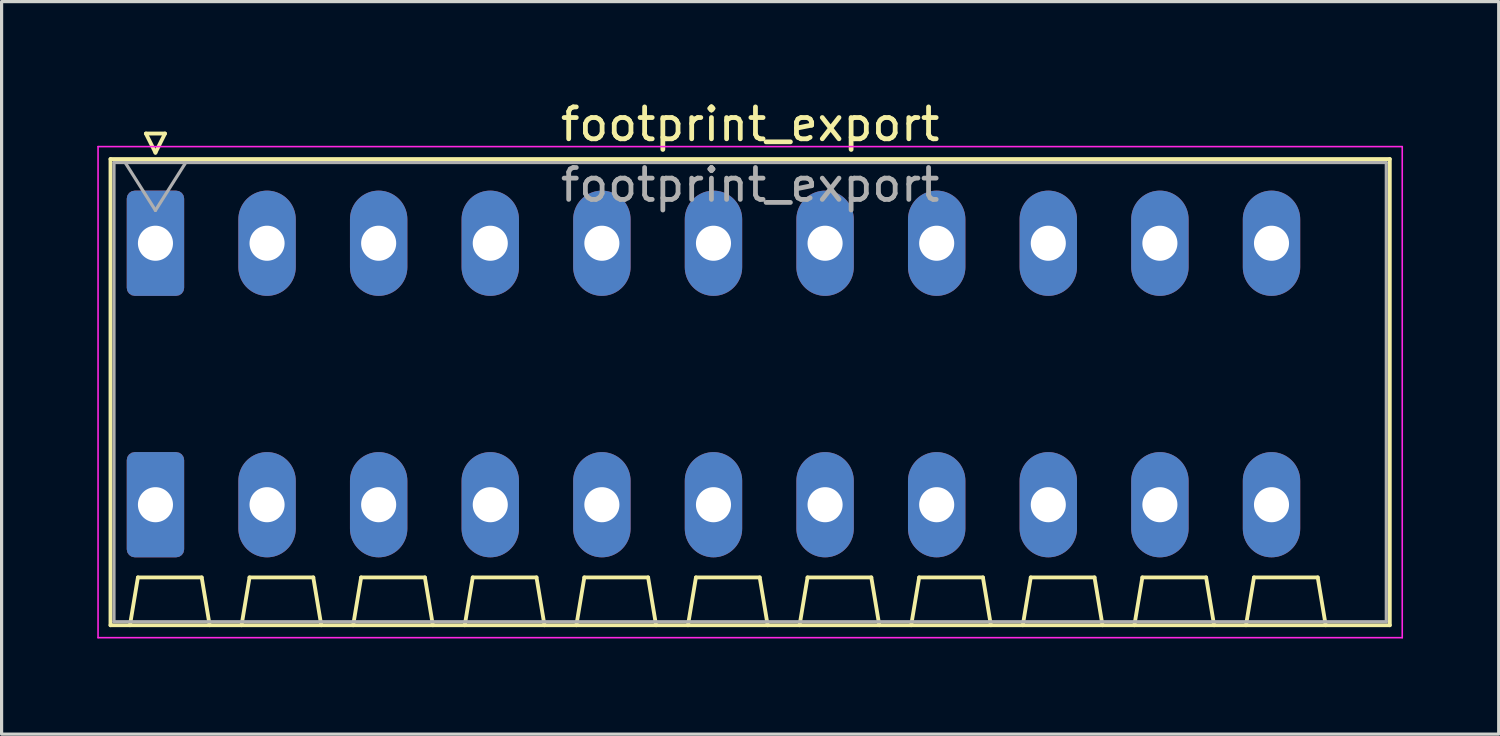
<source format=kicad_pcb>
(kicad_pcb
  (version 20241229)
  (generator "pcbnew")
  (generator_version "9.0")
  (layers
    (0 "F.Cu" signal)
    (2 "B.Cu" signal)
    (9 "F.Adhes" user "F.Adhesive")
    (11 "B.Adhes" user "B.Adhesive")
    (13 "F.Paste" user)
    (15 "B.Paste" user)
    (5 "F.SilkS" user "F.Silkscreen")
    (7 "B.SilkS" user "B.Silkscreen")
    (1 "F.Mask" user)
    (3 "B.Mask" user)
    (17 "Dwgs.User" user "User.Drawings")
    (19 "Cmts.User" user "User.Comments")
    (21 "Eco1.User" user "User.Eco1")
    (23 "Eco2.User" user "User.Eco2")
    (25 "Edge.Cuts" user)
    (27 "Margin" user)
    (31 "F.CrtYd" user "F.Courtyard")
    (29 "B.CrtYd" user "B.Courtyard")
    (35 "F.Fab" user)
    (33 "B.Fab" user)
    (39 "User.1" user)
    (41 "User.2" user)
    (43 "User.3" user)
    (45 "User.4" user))
  (footprint "footprint_export"
    (layer "F.Cu")
    (at 1.825 4.578)
    (property "Reference" "footprint_export" (at 18.65 -3.73 0) (layer "F.SilkS") (effects (font (size 1 1) (thickness 0.15))))
    (attr through_hole)
    (fp_line (start -1.41 -2.64) (end 38.71 -2.64) (stroke (width 0.12) (type solid)) (layer "F.SilkS"))
    (fp_line (start -1.41 11.98) (end -1.41 -2.64) (stroke (width 0.12) (type solid)) (layer "F.SilkS"))
    (fp_line (start -0.8 11.98) (end -0.55 10.48) (stroke (width 0.12) (type solid)) (layer "F.SilkS"))
    (fp_line (start -0.55 10.48) (end 1.45 10.48) (stroke (width 0.12) (type solid)) (layer "F.SilkS"))
    (fp_line (start -0.3 -3.44) (end 0 -2.84) (stroke (width 0.12) (type solid)) (layer "F.SilkS"))
    (fp_line (start -0.3 -3.44) (end 0.3 -3.44) (stroke (width 0.12) (type solid)) (layer "F.SilkS"))
    (fp_line (start 0.3 -3.44) (end 0 -2.84) (stroke (width 0.12) (type solid)) (layer "F.SilkS"))
    (fp_line (start 1.7 11.98) (end 1.45 10.48) (stroke (width 0.12) (type solid)) (layer "F.SilkS"))
    (fp_line (start 2.7 11.98) (end 2.95 10.48) (stroke (width 0.12) (type solid)) (layer "F.SilkS"))
    (fp_line (start 2.95 10.48) (end 4.95 10.48) (stroke (width 0.12) (type solid)) (layer "F.SilkS"))
    (fp_line (start 5.2 11.98) (end 4.95 10.48) (stroke (width 0.12) (type solid)) (layer "F.SilkS"))
    (fp_line (start 6.2 11.98) (end 6.45 10.48) (stroke (width 0.12) (type solid)) (layer "F.SilkS"))
    (fp_line (start 6.45 10.48) (end 8.45 10.48) (stroke (width 0.12) (type solid)) (layer "F.SilkS"))
    (fp_line (start 8.7 11.98) (end 8.45 10.48) (stroke (width 0.12) (type solid)) (layer "F.SilkS"))
    (fp_line (start 9.7 11.98) (end 9.95 10.48) (stroke (width 0.12) (type solid)) (layer "F.SilkS"))
    (fp_line (start 9.95 10.48) (end 11.95 10.48) (stroke (width 0.12) (type solid)) (layer "F.SilkS"))
    (fp_line (start 12.2 11.98) (end 11.95 10.48) (stroke (width 0.12) (type solid)) (layer "F.SilkS"))
    (fp_line (start 13.2 11.98) (end 13.45 10.48) (stroke (width 0.12) (type solid)) (layer "F.SilkS"))
    (fp_line (start 13.45 10.48) (end 15.45 10.48) (stroke (width 0.12) (type solid)) (layer "F.SilkS"))
    (fp_line (start 15.7 11.98) (end 15.45 10.48) (stroke (width 0.12) (type solid)) (layer "F.SilkS"))
    (fp_line (start 16.7 11.98) (end 16.95 10.48) (stroke (width 0.12) (type solid)) (layer "F.SilkS"))
    (fp_line (start 16.95 10.48) (end 18.95 10.48) (stroke (width 0.12) (type solid)) (layer "F.SilkS"))
    (fp_line (start 19.2 11.98) (end 18.95 10.48) (stroke (width 0.12) (type solid)) (layer "F.SilkS"))
    (fp_line (start 20.2 11.98) (end 20.45 10.48) (stroke (width 0.12) (type solid)) (layer "F.SilkS"))
    (fp_line (start 20.45 10.48) (end 22.45 10.48) (stroke (width 0.12) (type solid)) (layer "F.SilkS"))
    (fp_line (start 22.7 11.98) (end 22.45 10.48) (stroke (width 0.12) (type solid)) (layer "F.SilkS"))
    (fp_line (start 23.7 11.98) (end 23.95 10.48) (stroke (width 0.12) (type solid)) (layer "F.SilkS"))
    (fp_line (start 23.95 10.48) (end 25.95 10.48) (stroke (width 0.12) (type solid)) (layer "F.SilkS"))
    (fp_line (start 26.2 11.98) (end 25.95 10.48) (stroke (width 0.12) (type solid)) (layer "F.SilkS"))
    (fp_line (start 27.2 11.98) (end 27.45 10.48) (stroke (width 0.12) (type solid)) (layer "F.SilkS"))
    (fp_line (start 27.45 10.48) (end 29.45 10.48) (stroke (width 0.12) (type solid)) (layer "F.SilkS"))
    (fp_line (start 29.7 11.98) (end 29.45 10.48) (stroke (width 0.12) (type solid)) (layer "F.SilkS"))
    (fp_line (start 30.7 11.98) (end 30.95 10.48) (stroke (width 0.12) (type solid)) (layer "F.SilkS"))
    (fp_line (start 30.95 10.48) (end 32.95 10.48) (stroke (width 0.12) (type solid)) (layer "F.SilkS"))
    (fp_line (start 33.2 11.98) (end 32.95 10.48) (stroke (width 0.12) (type solid)) (layer "F.SilkS"))
    (fp_line (start 34.2 11.98) (end 34.45 10.48) (stroke (width 0.12) (type solid)) (layer "F.SilkS"))
    (fp_line (start 34.45 10.48) (end 36.45 10.48) (stroke (width 0.12) (type solid)) (layer "F.SilkS"))
    (fp_line (start 36.7 11.98) (end 36.45 10.48) (stroke (width 0.12) (type solid)) (layer "F.SilkS"))
    (fp_line (start 38.71 -2.64) (end 38.71 11.98) (stroke (width 0.12) (type solid)) (layer "F.SilkS"))
    (fp_line (start 38.71 11.98) (end -1.41 11.98) (stroke (width 0.12) (type solid)) (layer "F.SilkS"))
    (fp_line (start -1.8 -3.03) (end -1.8 12.37) (stroke (width 0.05) (type solid)) (layer "F.CrtYd"))
    (fp_line (start -1.8 12.37) (end 39.1 12.37) (stroke (width 0.05) (type solid)) (layer "F.CrtYd"))
    (fp_line (start 39.1 -3.03) (end -1.8 -3.03) (stroke (width 0.05) (type solid)) (layer "F.CrtYd"))
    (fp_line (start 39.1 12.37) (end 39.1 -3.03) (stroke (width 0.05) (type solid)) (layer "F.CrtYd"))
    (fp_line (start -1.3 -2.53) (end -1.3 11.87) (stroke (width 0.1) (type solid)) (layer "F.Fab"))
    (fp_line (start -1.3 11.87) (end 38.6 11.87) (stroke (width 0.1) (type solid)) (layer "F.Fab"))
    (fp_line (start -0.95 -2.53) (end 0 -1.03) (stroke (width 0.1) (type solid)) (layer "F.Fab"))
    (fp_line (start 0.95 -2.53) (end 0 -1.03) (stroke (width 0.1) (type solid)) (layer "F.Fab"))
    (fp_line (start 38.6 -2.53) (end -1.3 -2.53) (stroke (width 0.1) (type solid)) (layer "F.Fab"))
    (fp_line (start 38.6 11.87) (end 38.6 -2.53) (stroke (width 0.1) (type solid)) (layer "F.Fab"))
    (fp_text user "${REFERENCE}" (at 18.65 -1.83 0) (layer "F.Fab") (effects (font (size 1 1) (thickness 0.15))))
    (pad "1" thru_hole roundrect (at 0 0) (size 1.8 3.3) (drill 1.1) (layers "*.Cu" "*.Mask") (roundrect_rratio 0.139))
    (pad "1" thru_hole roundrect (at 0 8.2) (size 1.8 3.3) (drill 1.1) (layers "*.Cu" "*.Mask") (roundrect_rratio 0.139))
    (pad "2" thru_hole oval (at 3.5 0) (size 1.8 3.3) (drill 1.1) (layers "*.Cu" "*.Mask"))
    (pad "2" thru_hole oval (at 3.5 8.2) (size 1.8 3.3) (drill 1.1) (layers "*.Cu" "*.Mask"))
    (pad "3" thru_hole oval (at 7 0) (size 1.8 3.3) (drill 1.1) (layers "*.Cu" "*.Mask"))
    (pad "3" thru_hole oval (at 7 8.2) (size 1.8 3.3) (drill 1.1) (layers "*.Cu" "*.Mask"))
    (pad "4" thru_hole oval (at 10.5 0) (size 1.8 3.3) (drill 1.1) (layers "*.Cu" "*.Mask"))
    (pad "4" thru_hole oval (at 10.5 8.2) (size 1.8 3.3) (drill 1.1) (layers "*.Cu" "*.Mask"))
    (pad "5" thru_hole oval (at 14 0) (size 1.8 3.3) (drill 1.1) (layers "*.Cu" "*.Mask"))
    (pad "5" thru_hole oval (at 14 8.2) (size 1.8 3.3) (drill 1.1) (layers "*.Cu" "*.Mask"))
    (pad "6" thru_hole oval (at 17.5 0) (size 1.8 3.3) (drill 1.1) (layers "*.Cu" "*.Mask"))
    (pad "6" thru_hole oval (at 17.5 8.2) (size 1.8 3.3) (drill 1.1) (layers "*.Cu" "*.Mask"))
    (pad "7" thru_hole oval (at 21 0) (size 1.8 3.3) (drill 1.1) (layers "*.Cu" "*.Mask"))
    (pad "7" thru_hole oval (at 21 8.2) (size 1.8 3.3) (drill 1.1) (layers "*.Cu" "*.Mask"))
    (pad "8" thru_hole oval (at 24.5 0) (size 1.8 3.3) (drill 1.1) (layers "*.Cu" "*.Mask"))
    (pad "8" thru_hole oval (at 24.5 8.2) (size 1.8 3.3) (drill 1.1) (layers "*.Cu" "*.Mask"))
    (pad "9" thru_hole oval (at 28 0) (size 1.8 3.3) (drill 1.1) (layers "*.Cu" "*.Mask"))
    (pad "9" thru_hole oval (at 28 8.2) (size 1.8 3.3) (drill 1.1) (layers "*.Cu" "*.Mask"))
    (pad "10" thru_hole oval (at 31.5 0) (size 1.8 3.3) (drill 1.1) (layers "*.Cu" "*.Mask"))
    (pad "10" thru_hole oval (at 31.5 8.2) (size 1.8 3.3) (drill 1.1) (layers "*.Cu" "*.Mask"))
    (pad "11" thru_hole oval (at 35 0) (size 1.8 3.3) (drill 1.1) (layers "*.Cu" "*.Mask"))
    (pad "11" thru_hole oval (at 35 8.2) (size 1.8 3.3) (drill 1.1) (layers "*.Cu" "*.Mask")))
  (gr_rect
    (start -3 -3)
    (end 43.95 19.973)
    (stroke (width 0.1) (type default))
    (fill no)
    (layer "Edge.Cuts")))
</source>
